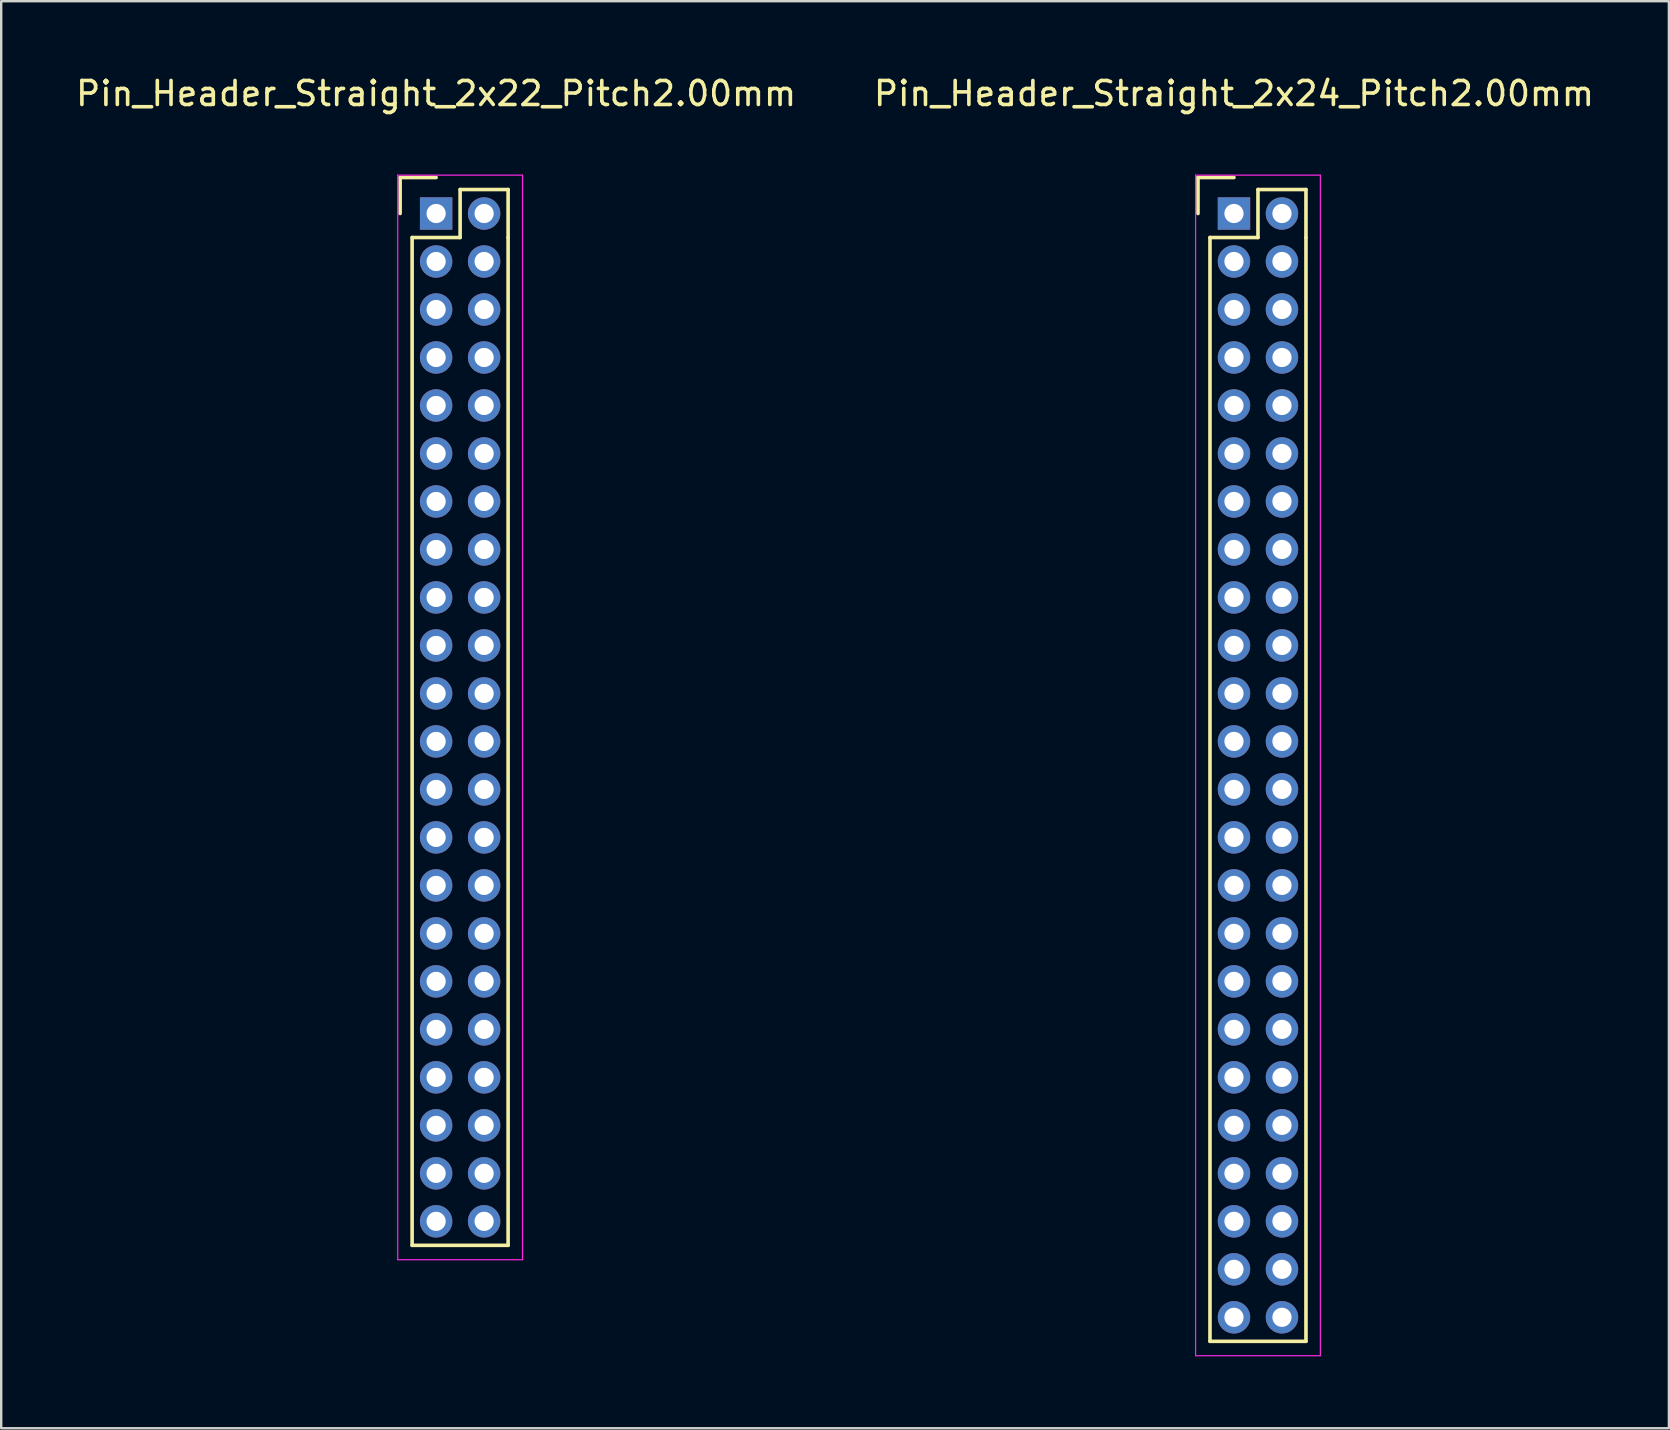
<source format=kicad_pcb>
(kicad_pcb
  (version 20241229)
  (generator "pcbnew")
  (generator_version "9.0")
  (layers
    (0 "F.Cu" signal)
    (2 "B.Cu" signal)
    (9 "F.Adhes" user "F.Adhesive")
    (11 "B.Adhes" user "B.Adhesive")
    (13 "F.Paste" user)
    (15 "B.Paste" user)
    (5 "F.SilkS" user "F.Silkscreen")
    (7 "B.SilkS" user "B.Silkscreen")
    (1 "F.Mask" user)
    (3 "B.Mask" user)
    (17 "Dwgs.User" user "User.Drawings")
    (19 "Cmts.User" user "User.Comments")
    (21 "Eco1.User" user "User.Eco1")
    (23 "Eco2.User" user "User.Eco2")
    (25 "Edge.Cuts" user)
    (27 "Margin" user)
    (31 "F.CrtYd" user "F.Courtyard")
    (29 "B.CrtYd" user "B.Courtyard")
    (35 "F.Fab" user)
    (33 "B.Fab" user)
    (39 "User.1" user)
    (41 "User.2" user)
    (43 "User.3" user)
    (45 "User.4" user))
  (footprint "Pin_Header_Straight_2x24_Pitch2.00mm"
    (layer "F.Cu")
    (at 48.375 5.848)
    (property "Reference" "Pin_Header_Straight_2x24_Pitch2.00mm" (at 0 -5 0) (layer "F.SilkS") (effects (font (size 1 1) (thickness 0.15))))
    (attr through_hole)
    (fp_line (start -1.5 -1.5) (end 0 -1.5) (stroke (width 0.15) (type solid)) (layer "F.SilkS"))
    (fp_line (start -1.5 0) (end -1.5 -1.5) (stroke (width 0.15) (type solid)) (layer "F.SilkS"))
    (fp_line (start -1 1) (end 1 1) (stroke (width 0.15) (type solid)) (layer "F.SilkS"))
    (fp_line (start -1 47) (end -1 1) (stroke (width 0.15) (type solid)) (layer "F.SilkS"))
    (fp_line (start 1 -1) (end 3 -1) (stroke (width 0.15) (type solid)) (layer "F.SilkS"))
    (fp_line (start 1 1) (end 1 -1) (stroke (width 0.15) (type solid)) (layer "F.SilkS"))
    (fp_line (start 3 -1) (end 3 1) (stroke (width 0.15) (type solid)) (layer "F.SilkS"))
    (fp_line (start 3 1) (end 3 47) (stroke (width 0.15) (type solid)) (layer "F.SilkS"))
    (fp_line (start 3 47) (end -1 47) (stroke (width 0.15) (type solid)) (layer "F.SilkS"))
    (fp_line (start -1.6 -1.6) (end 3.6 -1.6) (stroke (width 0.05) (type solid)) (layer "F.CrtYd"))
    (fp_line (start -1.6 47.6) (end -1.6 -1.6) (stroke (width 0.05) (type solid)) (layer "F.CrtYd"))
    (fp_line (start 3.6 -1.6) (end 3.6 47.6) (stroke (width 0.05) (type solid)) (layer "F.CrtYd"))
    (fp_line (start 3.6 47.6) (end -1.6 47.6) (stroke (width 0.05) (type solid)) (layer "F.CrtYd"))
    (pad "1" thru_hole rect (at 0 0) (size 1.35 1.35) (drill 0.8) (layers "*.Cu" "*.Mask"))
    (pad "2" thru_hole circle (at 2 0) (size 1.35 1.35) (drill 0.8) (layers "*.Cu" "*.Mask"))
    (pad "3" thru_hole circle (at 0 2) (size 1.35 1.35) (drill 0.8) (layers "*.Cu" "*.Mask"))
    (pad "4" thru_hole circle (at 2 2) (size 1.35 1.35) (drill 0.8) (layers "*.Cu" "*.Mask"))
    (pad "5" thru_hole circle (at 0 4) (size 1.35 1.35) (drill 0.8) (layers "*.Cu" "*.Mask"))
    (pad "6" thru_hole circle (at 2 4) (size 1.35 1.35) (drill 0.8) (layers "*.Cu" "*.Mask"))
    (pad "7" thru_hole circle (at 0 6) (size 1.35 1.35) (drill 0.8) (layers "*.Cu" "*.Mask"))
    (pad "8" thru_hole circle (at 2 6) (size 1.35 1.35) (drill 0.8) (layers "*.Cu" "*.Mask"))
    (pad "9" thru_hole circle (at 0 8) (size 1.35 1.35) (drill 0.8) (layers "*.Cu" "*.Mask"))
    (pad "10" thru_hole circle (at 2 8) (size 1.35 1.35) (drill 0.8) (layers "*.Cu" "*.Mask"))
    (pad "11" thru_hole circle (at 0 10) (size 1.35 1.35) (drill 0.8) (layers "*.Cu" "*.Mask"))
    (pad "12" thru_hole circle (at 2 10) (size 1.35 1.35) (drill 0.8) (layers "*.Cu" "*.Mask"))
    (pad "13" thru_hole circle (at 0 12) (size 1.35 1.35) (drill 0.8) (layers "*.Cu" "*.Mask"))
    (pad "14" thru_hole circle (at 2 12) (size 1.35 1.35) (drill 0.8) (layers "*.Cu" "*.Mask"))
    (pad "15" thru_hole circle (at 0 14) (size 1.35 1.35) (drill 0.8) (layers "*.Cu" "*.Mask"))
    (pad "16" thru_hole circle (at 2 14) (size 1.35 1.35) (drill 0.8) (layers "*.Cu" "*.Mask"))
    (pad "17" thru_hole circle (at 0 16) (size 1.35 1.35) (drill 0.8) (layers "*.Cu" "*.Mask"))
    (pad "18" thru_hole circle (at 2 16) (size 1.35 1.35) (drill 0.8) (layers "*.Cu" "*.Mask"))
    (pad "19" thru_hole circle (at 0 18) (size 1.35 1.35) (drill 0.8) (layers "*.Cu" "*.Mask"))
    (pad "20" thru_hole circle (at 2 18) (size 1.35 1.35) (drill 0.8) (layers "*.Cu" "*.Mask"))
    (pad "21" thru_hole circle (at 0 20) (size 1.35 1.35) (drill 0.8) (layers "*.Cu" "*.Mask"))
    (pad "22" thru_hole circle (at 2 20) (size 1.35 1.35) (drill 0.8) (layers "*.Cu" "*.Mask"))
    (pad "23" thru_hole circle (at 0 22) (size 1.35 1.35) (drill 0.8) (layers "*.Cu" "*.Mask"))
    (pad "24" thru_hole circle (at 2 22) (size 1.35 1.35) (drill 0.8) (layers "*.Cu" "*.Mask"))
    (pad "25" thru_hole circle (at 0 24) (size 1.35 1.35) (drill 0.8) (layers "*.Cu" "*.Mask"))
    (pad "26" thru_hole circle (at 2 24) (size 1.35 1.35) (drill 0.8) (layers "*.Cu" "*.Mask"))
    (pad "27" thru_hole circle (at 0 26) (size 1.35 1.35) (drill 0.8) (layers "*.Cu" "*.Mask"))
    (pad "28" thru_hole circle (at 2 26) (size 1.35 1.35) (drill 0.8) (layers "*.Cu" "*.Mask"))
    (pad "29" thru_hole circle (at 0 28) (size 1.35 1.35) (drill 0.8) (layers "*.Cu" "*.Mask"))
    (pad "30" thru_hole circle (at 2 28) (size 1.35 1.35) (drill 0.8) (layers "*.Cu" "*.Mask"))
    (pad "31" thru_hole circle (at 0 30) (size 1.35 1.35) (drill 0.8) (layers "*.Cu" "*.Mask"))
    (pad "32" thru_hole circle (at 2 30) (size 1.35 1.35) (drill 0.8) (layers "*.Cu" "*.Mask"))
    (pad "33" thru_hole circle (at 0 32) (size 1.35 1.35) (drill 0.8) (layers "*.Cu" "*.Mask"))
    (pad "34" thru_hole circle (at 2 32) (size 1.35 1.35) (drill 0.8) (layers "*.Cu" "*.Mask"))
    (pad "35" thru_hole circle (at 0 34) (size 1.35 1.35) (drill 0.8) (layers "*.Cu" "*.Mask"))
    (pad "36" thru_hole circle (at 2 34) (size 1.35 1.35) (drill 0.8) (layers "*.Cu" "*.Mask"))
    (pad "37" thru_hole circle (at 0 36) (size 1.35 1.35) (drill 0.8) (layers "*.Cu" "*.Mask"))
    (pad "38" thru_hole circle (at 2 36) (size 1.35 1.35) (drill 0.8) (layers "*.Cu" "*.Mask"))
    (pad "39" thru_hole circle (at 0 38) (size 1.35 1.35) (drill 0.8) (layers "*.Cu" "*.Mask"))
    (pad "40" thru_hole circle (at 2 38) (size 1.35 1.35) (drill 0.8) (layers "*.Cu" "*.Mask"))
    (pad "41" thru_hole circle (at 0 40) (size 1.35 1.35) (drill 0.8) (layers "*.Cu" "*.Mask"))
    (pad "42" thru_hole circle (at 2 40) (size 1.35 1.35) (drill 0.8) (layers "*.Cu" "*.Mask"))
    (pad "43" thru_hole circle (at 0 42) (size 1.35 1.35) (drill 0.8) (layers "*.Cu" "*.Mask"))
    (pad "44" thru_hole circle (at 2 42) (size 1.35 1.35) (drill 0.8) (layers "*.Cu" "*.Mask"))
    (pad "45" thru_hole circle (at 0 44) (size 1.35 1.35) (drill 0.8) (layers "*.Cu" "*.Mask"))
    (pad "46" thru_hole circle (at 2 44) (size 1.35 1.35) (drill 0.8) (layers "*.Cu" "*.Mask"))
    (pad "47" thru_hole circle (at 0 46) (size 1.35 1.35) (drill 0.8) (layers "*.Cu" "*.Mask"))
    (pad "48" thru_hole circle (at 2 46) (size 1.35 1.35) (drill 0.8) (layers "*.Cu" "*.Mask")))
  (footprint "Pin_Header_Straight_2x22_Pitch2.00mm"
    (layer "F.Cu")
    (at 15.125 5.848)
    (property "Reference" "Pin_Header_Straight_2x22_Pitch2.00mm" (at 0 -5 0) (layer "F.SilkS") (effects (font (size 1 1) (thickness 0.15))))
    (attr through_hole)
    (fp_line (start -1.5 -1.5) (end 0 -1.5) (stroke (width 0.15) (type solid)) (layer "F.SilkS"))
    (fp_line (start -1.5 0) (end -1.5 -1.5) (stroke (width 0.15) (type solid)) (layer "F.SilkS"))
    (fp_line (start -1 1) (end 1 1) (stroke (width 0.15) (type solid)) (layer "F.SilkS"))
    (fp_line (start -1 43) (end -1 1) (stroke (width 0.15) (type solid)) (layer "F.SilkS"))
    (fp_line (start 1 -1) (end 3 -1) (stroke (width 0.15) (type solid)) (layer "F.SilkS"))
    (fp_line (start 1 1) (end 1 -1) (stroke (width 0.15) (type solid)) (layer "F.SilkS"))
    (fp_line (start 3 -1) (end 3 1) (stroke (width 0.15) (type solid)) (layer "F.SilkS"))
    (fp_line (start 3 1) (end 3 43) (stroke (width 0.15) (type solid)) (layer "F.SilkS"))
    (fp_line (start 3 43) (end -1 43) (stroke (width 0.15) (type solid)) (layer "F.SilkS"))
    (fp_line (start -1.6 -1.6) (end 3.6 -1.6) (stroke (width 0.05) (type solid)) (layer "F.CrtYd"))
    (fp_line (start -1.6 43.6) (end -1.6 -1.6) (stroke (width 0.05) (type solid)) (layer "F.CrtYd"))
    (fp_line (start 3.6 -1.6) (end 3.6 43.6) (stroke (width 0.05) (type solid)) (layer "F.CrtYd"))
    (fp_line (start 3.6 43.6) (end -1.6 43.6) (stroke (width 0.05) (type solid)) (layer "F.CrtYd"))
    (pad "1" thru_hole rect (at 0 0) (size 1.35 1.35) (drill 0.8) (layers "*.Cu" "*.Mask"))
    (pad "2" thru_hole circle (at 2 0) (size 1.35 1.35) (drill 0.8) (layers "*.Cu" "*.Mask"))
    (pad "3" thru_hole circle (at 0 2) (size 1.35 1.35) (drill 0.8) (layers "*.Cu" "*.Mask"))
    (pad "4" thru_hole circle (at 2 2) (size 1.35 1.35) (drill 0.8) (layers "*.Cu" "*.Mask"))
    (pad "5" thru_hole circle (at 0 4) (size 1.35 1.35) (drill 0.8) (layers "*.Cu" "*.Mask"))
    (pad "6" thru_hole circle (at 2 4) (size 1.35 1.35) (drill 0.8) (layers "*.Cu" "*.Mask"))
    (pad "7" thru_hole circle (at 0 6) (size 1.35 1.35) (drill 0.8) (layers "*.Cu" "*.Mask"))
    (pad "8" thru_hole circle (at 2 6) (size 1.35 1.35) (drill 0.8) (layers "*.Cu" "*.Mask"))
    (pad "9" thru_hole circle (at 0 8) (size 1.35 1.35) (drill 0.8) (layers "*.Cu" "*.Mask"))
    (pad "10" thru_hole circle (at 2 8) (size 1.35 1.35) (drill 0.8) (layers "*.Cu" "*.Mask"))
    (pad "11" thru_hole circle (at 0 10) (size 1.35 1.35) (drill 0.8) (layers "*.Cu" "*.Mask"))
    (pad "12" thru_hole circle (at 2 10) (size 1.35 1.35) (drill 0.8) (layers "*.Cu" "*.Mask"))
    (pad "13" thru_hole circle (at 0 12) (size 1.35 1.35) (drill 0.8) (layers "*.Cu" "*.Mask"))
    (pad "14" thru_hole circle (at 2 12) (size 1.35 1.35) (drill 0.8) (layers "*.Cu" "*.Mask"))
    (pad "15" thru_hole circle (at 0 14) (size 1.35 1.35) (drill 0.8) (layers "*.Cu" "*.Mask"))
    (pad "16" thru_hole circle (at 2 14) (size 1.35 1.35) (drill 0.8) (layers "*.Cu" "*.Mask"))
    (pad "17" thru_hole circle (at 0 16) (size 1.35 1.35) (drill 0.8) (layers "*.Cu" "*.Mask"))
    (pad "18" thru_hole circle (at 2 16) (size 1.35 1.35) (drill 0.8) (layers "*.Cu" "*.Mask"))
    (pad "19" thru_hole circle (at 0 18) (size 1.35 1.35) (drill 0.8) (layers "*.Cu" "*.Mask"))
    (pad "20" thru_hole circle (at 2 18) (size 1.35 1.35) (drill 0.8) (layers "*.Cu" "*.Mask"))
    (pad "21" thru_hole circle (at 0 20) (size 1.35 1.35) (drill 0.8) (layers "*.Cu" "*.Mask"))
    (pad "22" thru_hole circle (at 2 20) (size 1.35 1.35) (drill 0.8) (layers "*.Cu" "*.Mask"))
    (pad "23" thru_hole circle (at 0 22) (size 1.35 1.35) (drill 0.8) (layers "*.Cu" "*.Mask"))
    (pad "24" thru_hole circle (at 2 22) (size 1.35 1.35) (drill 0.8) (layers "*.Cu" "*.Mask"))
    (pad "25" thru_hole circle (at 0 24) (size 1.35 1.35) (drill 0.8) (layers "*.Cu" "*.Mask"))
    (pad "26" thru_hole circle (at 2 24) (size 1.35 1.35) (drill 0.8) (layers "*.Cu" "*.Mask"))
    (pad "27" thru_hole circle (at 0 26) (size 1.35 1.35) (drill 0.8) (layers "*.Cu" "*.Mask"))
    (pad "28" thru_hole circle (at 2 26) (size 1.35 1.35) (drill 0.8) (layers "*.Cu" "*.Mask"))
    (pad "29" thru_hole circle (at 0 28) (size 1.35 1.35) (drill 0.8) (layers "*.Cu" "*.Mask"))
    (pad "30" thru_hole circle (at 2 28) (size 1.35 1.35) (drill 0.8) (layers "*.Cu" "*.Mask"))
    (pad "31" thru_hole circle (at 0 30) (size 1.35 1.35) (drill 0.8) (layers "*.Cu" "*.Mask"))
    (pad "32" thru_hole circle (at 2 30) (size 1.35 1.35) (drill 0.8) (layers "*.Cu" "*.Mask"))
    (pad "33" thru_hole circle (at 0 32) (size 1.35 1.35) (drill 0.8) (layers "*.Cu" "*.Mask"))
    (pad "34" thru_hole circle (at 2 32) (size 1.35 1.35) (drill 0.8) (layers "*.Cu" "*.Mask"))
    (pad "35" thru_hole circle (at 0 34) (size 1.35 1.35) (drill 0.8) (layers "*.Cu" "*.Mask"))
    (pad "36" thru_hole circle (at 2 34) (size 1.35 1.35) (drill 0.8) (layers "*.Cu" "*.Mask"))
    (pad "37" thru_hole circle (at 0 36) (size 1.35 1.35) (drill 0.8) (layers "*.Cu" "*.Mask"))
    (pad "38" thru_hole circle (at 2 36) (size 1.35 1.35) (drill 0.8) (layers "*.Cu" "*.Mask"))
    (pad "39" thru_hole circle (at 0 38) (size 1.35 1.35) (drill 0.8) (layers "*.Cu" "*.Mask"))
    (pad "40" thru_hole circle (at 2 38) (size 1.35 1.35) (drill 0.8) (layers "*.Cu" "*.Mask"))
    (pad "41" thru_hole circle (at 0 40) (size 1.35 1.35) (drill 0.8) (layers "*.Cu" "*.Mask"))
    (pad "42" thru_hole circle (at 2 40) (size 1.35 1.35) (drill 0.8) (layers "*.Cu" "*.Mask"))
    (pad "43" thru_hole circle (at 0 42) (size 1.35 1.35) (drill 0.8) (layers "*.Cu" "*.Mask"))
    (pad "44" thru_hole circle (at 2 42) (size 1.35 1.35) (drill 0.8) (layers "*.Cu" "*.Mask")))
  (gr_rect
    (start -3 -3)
    (end 66.5 56.473)
    (stroke (width 0.1) (type default))
    (fill no)
    (layer "Edge.Cuts")))
</source>
